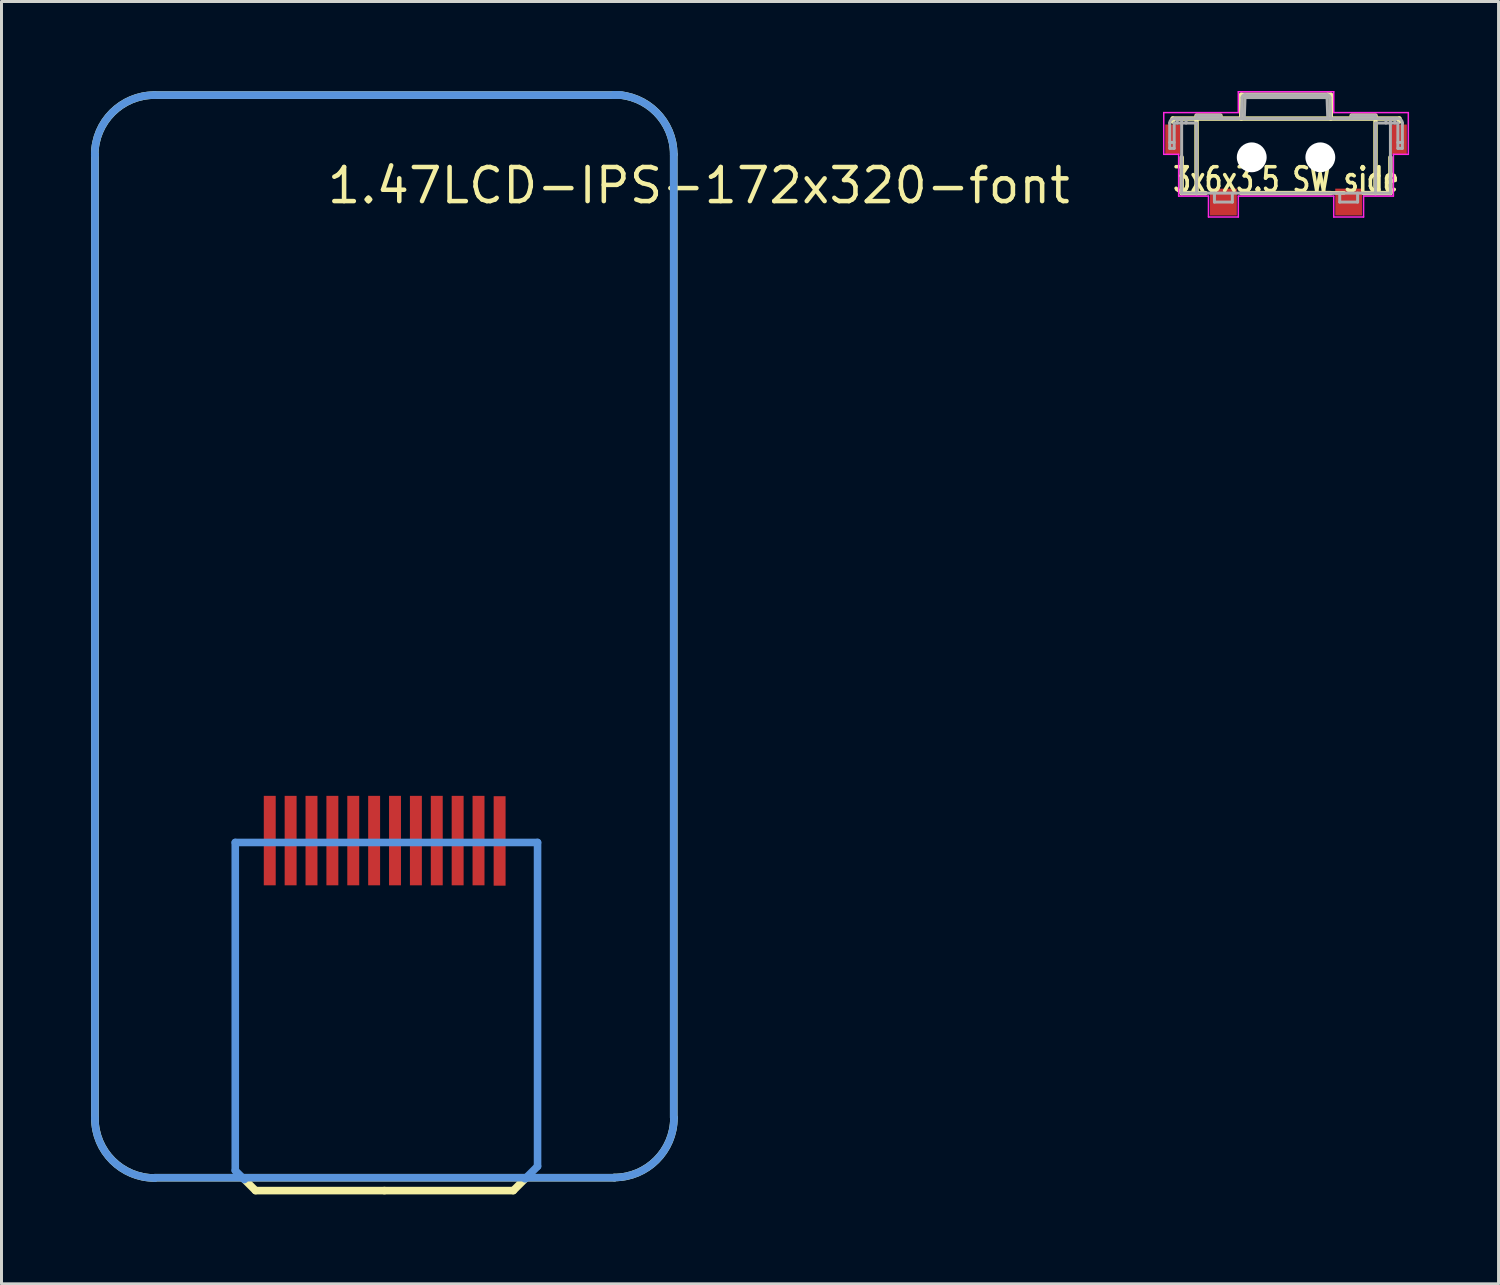
<source format=kicad_pcb>
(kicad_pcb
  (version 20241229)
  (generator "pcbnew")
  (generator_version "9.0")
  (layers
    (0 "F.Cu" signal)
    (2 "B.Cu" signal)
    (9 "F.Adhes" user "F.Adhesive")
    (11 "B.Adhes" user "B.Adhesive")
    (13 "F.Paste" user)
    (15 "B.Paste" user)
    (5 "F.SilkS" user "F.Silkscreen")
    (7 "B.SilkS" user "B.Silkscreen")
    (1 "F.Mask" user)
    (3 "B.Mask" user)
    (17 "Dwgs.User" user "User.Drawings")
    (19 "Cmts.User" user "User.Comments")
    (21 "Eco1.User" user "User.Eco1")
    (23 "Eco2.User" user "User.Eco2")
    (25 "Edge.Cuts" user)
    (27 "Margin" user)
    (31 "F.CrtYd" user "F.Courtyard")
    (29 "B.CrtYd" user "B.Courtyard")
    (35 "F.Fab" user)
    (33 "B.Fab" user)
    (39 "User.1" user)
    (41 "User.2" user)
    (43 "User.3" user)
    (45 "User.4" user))
  (footprint "1.47LCD-IPS-172x320-font"
    (layer "F.Cu")
    (at 9.842 25.171)
    (property "Reference" "1.47LCD-IPS-172x320-font" (at -2 -22 0) (layer "F.SilkS") (effects (font (size 1.143 1.143) (thickness 0.152)) (justify left)))
    (attr smd)
    (fp_line (start -9.709 9.274) (end -9.709 -23.027) (stroke (width 0.254) (type solid)) (layer "F.SilkS"))
    (fp_line (start -7.714 -25.032) (end 7.684 -25.032) (stroke (width 0.254) (type solid)) (layer "F.SilkS"))
    (fp_line (start -4.756 11.265) (end -4.325 11.697) (stroke (width 0.254) (type solid)) (layer "F.SilkS"))
    (fp_line (start -4.325 11.697) (end 0 11.697) (stroke (width 0.254) (type solid)) (layer "F.SilkS"))
    (fp_line (start 4.318 11.697) (end -0.007 11.697) (stroke (width 0.254) (type solid)) (layer "F.SilkS"))
    (fp_line (start 4.75 11.265) (end 4.318 11.697) (stroke (width 0.254) (type solid)) (layer "F.SilkS"))
    (fp_line (start 7.709 11.265) (end -7.7 11.265) (stroke (width 0.254) (type solid)) (layer "F.SilkS"))
    (fp_line (start 9.697 -23.044) (end 9.697 9.253) (stroke (width 0.254) (type solid)) (layer "F.SilkS"))
    (fp_arc (start -9.714 -23.032) (mid -9.128214 -24.446214) (end -7.714 -25.032) (stroke (width 0.254) (type solid)) (layer "F.SilkS"))
    (fp_arc (start -7.709 11.274) (mid -9.123214 10.688214) (end -9.709 9.274) (stroke (width 0.254) (type solid)) (layer "F.SilkS"))
    (fp_arc (start 7.697 -25.044) (mid 9.111214 -24.458214) (end 9.697 -23.044) (stroke (width 0.254) (type solid)) (layer "F.SilkS"))
    (fp_arc (start 9.703 9.258) (mid 9.117214 10.672214) (end 7.703 11.258) (stroke (width 0.254) (type solid)) (layer "F.SilkS"))
    (fp_line (start -9.71 9.274) (end -9.71 -23.027) (stroke (width 0.254) (type solid)) (layer "Cmts.User"))
    (fp_line (start -7.715 -25.032) (end 7.684 -25.032) (stroke (width 0.254) (type solid)) (layer "Cmts.User"))
    (fp_line (start -5.004 0.025) (end -5.004 11.024) (stroke (width 0.254) (type solid)) (layer "Cmts.User"))
    (fp_line (start -5.004 0.025) (end 5.131 0.025) (stroke (width 0.254) (type solid)) (layer "Cmts.User"))
    (fp_line (start -5.004 11.024) (end -4.699 11.328) (stroke (width 0.254) (type solid)) (layer "Cmts.User"))
    (fp_line (start 5.131 0.025) (end 5.131 10.884) (stroke (width 0.254) (type solid)) (layer "Cmts.User"))
    (fp_line (start 5.131 10.884) (end 4.712 11.303) (stroke (width 0.254) (type solid)) (layer "Cmts.User"))
    (fp_line (start 7.696 -25.032) (end 7.938 -25.032) (stroke (width 0.254) (type solid)) (layer "Cmts.User"))
    (fp_line (start 7.708 11.265) (end -7.701 11.265) (stroke (width 0.254) (type solid)) (layer "Cmts.User"))
    (fp_line (start 9.696 -23.044) (end 9.696 9.253) (stroke (width 0.254) (type solid)) (layer "Cmts.User"))
    (fp_arc (start -9.715 -23.032) (mid -9.711464 -23.030536) (end -9.71 -23.027) (stroke (width 0.254) (type solid)) (layer "Cmts.User"))
    (fp_arc (start -9.715 -23.032) (mid -9.129214 -24.446214) (end -7.715 -25.032) (stroke (width 0.254) (type solid)) (layer "Cmts.User"))
    (fp_arc (start -7.71 11.274) (mid -9.124214 10.688214) (end -9.71 9.274) (stroke (width 0.254) (type solid)) (layer "Cmts.User"))
    (fp_arc (start -7.71 11.274) (mid -7.707364 11.267636) (end -7.701 11.265) (stroke (width 0.254) (type solid)) (layer "Cmts.User"))
    (fp_arc (start 7.696 -25.044) (mid 7.692485 -25.035515) (end 7.684 -25.032) (stroke (width 0.254) (type solid)) (layer "Cmts.User"))
    (fp_arc (start 7.696 -25.044) (mid 9.110214 -24.458214) (end 9.696 -23.044) (stroke (width 0.254) (type solid)) (layer "Cmts.User"))
    (fp_arc (start 9.703 9.258) (mid 9.117214 10.672214) (end 7.703 11.258) (stroke (width 0.254) (type solid)) (layer "Cmts.User"))
    (pad "1" smd rect (at 3.859 -0.026) (size 0.4 3) (layers "F.Cu" "F.Mask" "F.Paste"))
    (pad "2" smd rect (at 3.152 -0.038) (size 0.4 3) (layers "F.Cu" "F.Mask" "F.Paste"))
    (pad "3" smd rect (at 2.452 -0.038) (size 0.4 3) (layers "F.Cu" "F.Mask" "F.Paste"))
    (pad "4" smd rect (at 1.752 -0.038) (size 0.4 3) (layers "F.Cu" "F.Mask" "F.Paste"))
    (pad "5" smd rect (at 1.052 -0.038) (size 0.4 3) (layers "F.Cu" "F.Mask" "F.Paste"))
    (pad "6" smd rect (at 0.352 -0.038) (size 0.4 3) (layers "F.Cu" "F.Mask" "F.Paste"))
    (pad "7" smd rect (at -0.348 -0.038) (size 0.4 3) (layers "F.Cu" "F.Mask" "F.Paste"))
    (pad "8" smd rect (at -1.048 -0.038) (size 0.4 3) (layers "F.Cu" "F.Mask" "F.Paste"))
    (pad "9" smd rect (at -1.748 -0.038) (size 0.4 3) (layers "F.Cu" "F.Mask" "F.Paste"))
    (pad "10" smd rect (at -2.448 -0.038) (size 0.4 3) (layers "F.Cu" "F.Mask" "F.Paste"))
    (pad "11" smd rect (at -3.148 -0.038) (size 0.4 3) (layers "F.Cu" "F.Mask" "F.Paste"))
    (pad "12" smd rect (at -3.848 -0.038) (size 0.4 3) (layers "F.Cu" "F.Mask" "F.Paste")))
  (footprint "3x6x3.5_SW_side"
    (layer "F.Cu")
    (at 40.068 2.225)
    (property "Reference" "3x6x3.5_SW_side" (at 0 0.75 180) (layer "F.SilkS") (effects (font (size 0.8 0.6) (thickness 0.12))))
    (attr smd)
    (fp_line (start -3.8 -1.3) (end -3.8 -1.2) (stroke (width 0.15) (type solid)) (layer "F.SilkS"))
    (fp_line (start -3.8 -1.3) (end 3.8 -1.3) (stroke (width 0.15) (type solid)) (layer "F.SilkS"))
    (fp_line (start -3.5 0) (end -3.5 1.2) (stroke (width 0.15) (type solid)) (layer "F.SilkS"))
    (fp_line (start -3.5 1.2) (end -2.7 1.2) (stroke (width 0.15) (type solid)) (layer "F.SilkS"))
    (fp_line (start -3 -1.4) (end -2.2 -1.4) (stroke (width 0.15) (type solid)) (layer "F.SilkS"))
    (fp_line (start -3 -1.3) (end -3 1.2) (stroke (width 0.15) (type solid)) (layer "F.SilkS"))
    (fp_line (start -1.5 -2.1) (end 1.4 -2.1) (stroke (width 0.15) (type solid)) (layer "F.SilkS"))
    (fp_line (start -1.5 -1.3) (end -1.5 -2.1) (stroke (width 0.15) (type solid)) (layer "F.SilkS"))
    (fp_line (start -1.5 1.2) (end 1.5 1.2) (stroke (width 0.15) (type solid)) (layer "F.SilkS"))
    (fp_line (start 1.4 -2.1) (end 1.5 -2.1) (stroke (width 0.15) (type solid)) (layer "F.SilkS"))
    (fp_line (start 1.5 -2.1) (end 1.5 -1.3) (stroke (width 0.15) (type solid)) (layer "F.SilkS"))
    (fp_line (start 2.2 -1.4) (end 3 -1.4) (stroke (width 0.15) (type solid)) (layer "F.SilkS"))
    (fp_line (start 2.6 1.2) (end 3.5 1.2) (stroke (width 0.15) (type solid)) (layer "F.SilkS"))
    (fp_line (start 3 -1.2) (end 3 1.2) (stroke (width 0.15) (type solid)) (layer "F.SilkS"))
    (fp_line (start 3.5 1.2) (end 3.5 0) (stroke (width 0.15) (type solid)) (layer "F.SilkS"))
    (fp_line (start 3.8 -1.3) (end 3.8 -1.2) (stroke (width 0.15) (type solid)) (layer "F.SilkS"))
    (fp_line (start -4.1 -1.5) (end -1.6 -1.5) (stroke (width 0.05) (type solid)) (layer "F.CrtYd"))
    (fp_line (start -4.1 -0.1) (end -4.1 -1.5) (stroke (width 0.05) (type solid)) (layer "F.CrtYd"))
    (fp_line (start -3.6 -0.1) (end -4.1 -0.1) (stroke (width 0.05) (type solid)) (layer "F.CrtYd"))
    (fp_line (start -3.6 1.3) (end -3.6 -0.1) (stroke (width 0.05) (type solid)) (layer "F.CrtYd"))
    (fp_line (start -2.6 1.3) (end -3.6 1.3) (stroke (width 0.05) (type solid)) (layer "F.CrtYd"))
    (fp_line (start -2.6 2) (end -2.6 1.3) (stroke (width 0.05) (type solid)) (layer "F.CrtYd"))
    (fp_line (start -1.6 -2.2) (end 1.6 -2.2) (stroke (width 0.05) (type solid)) (layer "F.CrtYd"))
    (fp_line (start -1.6 -1.5) (end -1.6 -2.2) (stroke (width 0.05) (type solid)) (layer "F.CrtYd"))
    (fp_line (start -1.6 1.3) (end -1.6 2) (stroke (width 0.05) (type solid)) (layer "F.CrtYd"))
    (fp_line (start -1.6 2) (end -2.6 2) (stroke (width 0.05) (type solid)) (layer "F.CrtYd"))
    (fp_line (start 1.6 -2.2) (end 1.6 -1.5) (stroke (width 0.05) (type solid)) (layer "F.CrtYd"))
    (fp_line (start 1.6 -1.5) (end 4.1 -1.5) (stroke (width 0.05) (type solid)) (layer "F.CrtYd"))
    (fp_line (start 1.6 1.3) (end -1.6 1.3) (stroke (width 0.05) (type solid)) (layer "F.CrtYd"))
    (fp_line (start 1.6 2) (end 1.6 1.3) (stroke (width 0.05) (type solid)) (layer "F.CrtYd"))
    (fp_line (start 2.6 1.3) (end 2.6 2) (stroke (width 0.05) (type solid)) (layer "F.CrtYd"))
    (fp_line (start 2.6 2) (end 1.6 2) (stroke (width 0.05) (type solid)) (layer "F.CrtYd"))
    (fp_line (start 3.6 -0.1) (end 3.6 1.3) (stroke (width 0.05) (type solid)) (layer "F.CrtYd"))
    (fp_line (start 3.6 1.3) (end 2.6 1.3) (stroke (width 0.05) (type solid)) (layer "F.CrtYd"))
    (fp_line (start 4.1 -1.5) (end 4.1 -0.1) (stroke (width 0.05) (type solid)) (layer "F.CrtYd"))
    (fp_line (start 4.1 -0.1) (end 3.6 -0.1) (stroke (width 0.05) (type solid)) (layer "F.CrtYd"))
    (fp_line (start -3.9 -0.3) (end -3.9 -1.147) (stroke (width 0.1) (type solid)) (layer "F.Fab"))
    (fp_line (start -3.75 -1.15) (end -3.75 -0.3) (stroke (width 0.1) (type solid)) (layer "F.Fab"))
    (fp_line (start -3.75 -1.15) (end -3 -1.15) (stroke (width 0.1) (type solid)) (layer "F.Fab"))
    (fp_line (start -3.75 -0.5) (end -3.9 -0.5) (stroke (width 0.1) (type solid)) (layer "F.Fab"))
    (fp_line (start -3.75 -0.3) (end -3.9 -0.3) (stroke (width 0.1) (type solid)) (layer "F.Fab"))
    (fp_line (start -3.747 -1.3) (end 3.747 -1.3) (stroke (width 0.1) (type solid)) (layer "F.Fab"))
    (fp_line (start -3.65 -1.3) (end -3.65 -1.15) (stroke (width 0.1) (type solid)) (layer "F.Fab"))
    (fp_line (start -3.5 1.2) (end -3.5 -1.3) (stroke (width 0.1) (type solid)) (layer "F.Fab"))
    (fp_line (start -3.5 1.2) (end 3.5 1.2) (stroke (width 0.1) (type solid)) (layer "F.Fab"))
    (fp_line (start -3.35 -1.3) (end -3.35 -1.15) (stroke (width 0.1) (type solid)) (layer "F.Fab"))
    (fp_line (start -3 -1.4) (end -2.2 -1.4) (stroke (width 0.1) (type solid)) (layer "F.Fab"))
    (fp_line (start -3 -1.3) (end -3 -1.4) (stroke (width 0.1) (type solid)) (layer "F.Fab"))
    (fp_line (start -3 -1.15) (end -3 1.2) (stroke (width 0.1) (type solid)) (layer "F.Fab"))
    (fp_line (start -2.4 1.2) (end -2.4 1.5) (stroke (width 0.1) (type solid)) (layer "F.Fab"))
    (fp_line (start -2.4 1.5) (end -1.8 1.5) (stroke (width 0.1) (type solid)) (layer "F.Fab"))
    (fp_line (start -2.2 -1.3) (end -2.2 -1.4) (stroke (width 0.1) (type solid)) (layer "F.Fab"))
    (fp_line (start -1.8 1.5) (end -1.8 1.2) (stroke (width 0.1) (type solid)) (layer "F.Fab"))
    (fp_line (start -1.475 -2.003) (end -1.5 -1.3) (stroke (width 0.1) (type solid)) (layer "F.Fab"))
    (fp_line (start -1.375 -2.1) (end -1.375 -2.003) (stroke (width 0.1) (type solid)) (layer "F.Fab"))
    (fp_line (start -1.375 -2.003) (end -1.4 -1.3) (stroke (width 0.1) (type solid)) (layer "F.Fab"))
    (fp_line (start 1.375 -2.1) (end -1.375 -2.1) (stroke (width 0.1) (type solid)) (layer "F.Fab"))
    (fp_line (start 1.375 -2.1) (end 1.375 -2.003) (stroke (width 0.1) (type solid)) (layer "F.Fab"))
    (fp_line (start 1.375 -2.003) (end -1.375 -2.003) (stroke (width 0.1) (type solid)) (layer "F.Fab"))
    (fp_line (start 1.375 -2.003) (end 1.4 -1.3) (stroke (width 0.1) (type solid)) (layer "F.Fab"))
    (fp_line (start 1.475 -2.003) (end 1.5 -1.3) (stroke (width 0.1) (type solid)) (layer "F.Fab"))
    (fp_line (start 1.8 1.2) (end 1.8 1.5) (stroke (width 0.1) (type solid)) (layer "F.Fab"))
    (fp_line (start 1.8 1.5) (end 2.4 1.5) (stroke (width 0.1) (type solid)) (layer "F.Fab"))
    (fp_line (start 2.2 -1.4) (end 3 -1.4) (stroke (width 0.1) (type solid)) (layer "F.Fab"))
    (fp_line (start 2.2 -1.3) (end 2.2 -1.4) (stroke (width 0.1) (type solid)) (layer "F.Fab"))
    (fp_line (start 2.4 1.5) (end 2.4 1.2) (stroke (width 0.1) (type solid)) (layer "F.Fab"))
    (fp_line (start 3 -1.3) (end 3 -1.4) (stroke (width 0.1) (type solid)) (layer "F.Fab"))
    (fp_line (start 3 -1.15) (end 3 1.2) (stroke (width 0.1) (type solid)) (layer "F.Fab"))
    (fp_line (start 3 -1.15) (end 3.75 -1.15) (stroke (width 0.1) (type solid)) (layer "F.Fab"))
    (fp_line (start 3.35 -1.3) (end 3.35 -1.15) (stroke (width 0.1) (type solid)) (layer "F.Fab"))
    (fp_line (start 3.5 1.2) (end 3.5 -1.3) (stroke (width 0.1) (type solid)) (layer "F.Fab"))
    (fp_line (start 3.65 -1.15) (end 3.65 -1.3) (stroke (width 0.1) (type solid)) (layer "F.Fab"))
    (fp_line (start 3.75 -0.3) (end 3.75 -1.15) (stroke (width 0.1) (type solid)) (layer "F.Fab"))
    (fp_line (start 3.9 -0.5) (end 3.75 -0.5) (stroke (width 0.1) (type solid)) (layer "F.Fab"))
    (fp_line (start 3.9 -0.3) (end 3.75 -0.3) (stroke (width 0.1) (type solid)) (layer "F.Fab"))
    (fp_line (start 3.9 -0.3) (end 3.9 -1.147) (stroke (width 0.1) (type solid)) (layer "F.Fab"))
    (fp_arc (start -3.9 -1.147) (mid -3.855187 -1.255187) (end -3.747 -1.3) (stroke (width 0.1) (type solid)) (layer "F.Fab"))
    (fp_arc (start -1.475434 -2.00349) (mid -1.444961 -2.071934) (end -1.375495 -2.1) (stroke (width 0.1) (type solid)) (layer "F.Fab"))
    (fp_arc (start 1.375494 -2.1) (mid 1.44496 -2.071934) (end 1.475433 -2.00349) (stroke (width 0.1) (type solid)) (layer "F.Fab"))
    (fp_arc (start 3.747 -1.3) (mid 3.855187 -1.255187) (end 3.9 -1.147) (stroke (width 0.1) (type solid)) (layer "F.Fab"))
    (fp_circle (center -1.15 0) (end -0.8 0) (stroke (width 0.1) (type solid)) (fill no) (layer "F.Fab"))
    (fp_circle (center 1.15 0) (end 1.5 0) (stroke (width 0.1) (type solid)) (fill no) (layer "F.Fab"))
    (pad "" np_thru_hole circle (at -1.15 0) (size 1 1) (drill 1) (layers "*.Cu" "*.Mask"))
    (pad "" np_thru_hole circle (at 1.15 0) (size 1 1) (drill 1) (layers "*.Cu" "*.Mask"))
    (pad "1" smd rect (at -2.1 1.5) (size 0.9 0.9) (layers "F.Cu" "F.Mask" "F.Paste"))
    (pad "2" smd rect (at 2.1 1.5) (size 0.9 0.9) (layers "F.Cu" "F.Mask" "F.Paste"))
    (pad "3" smd rect (at -3.8 -0.6 90) (size 1 0.5) (layers "F.Cu" "F.Mask" "F.Paste"))
    (pad "3" smd rect (at 3.8 -0.6 90) (size 1 0.5) (layers "F.Cu" "F.Mask" "F.Paste")))
  (gr_rect
    (start -3 -3)
    (end 47.193 39.995)
    (stroke (width 0.1) (type default))
    (fill no)
    (layer "Edge.Cuts")))
</source>
